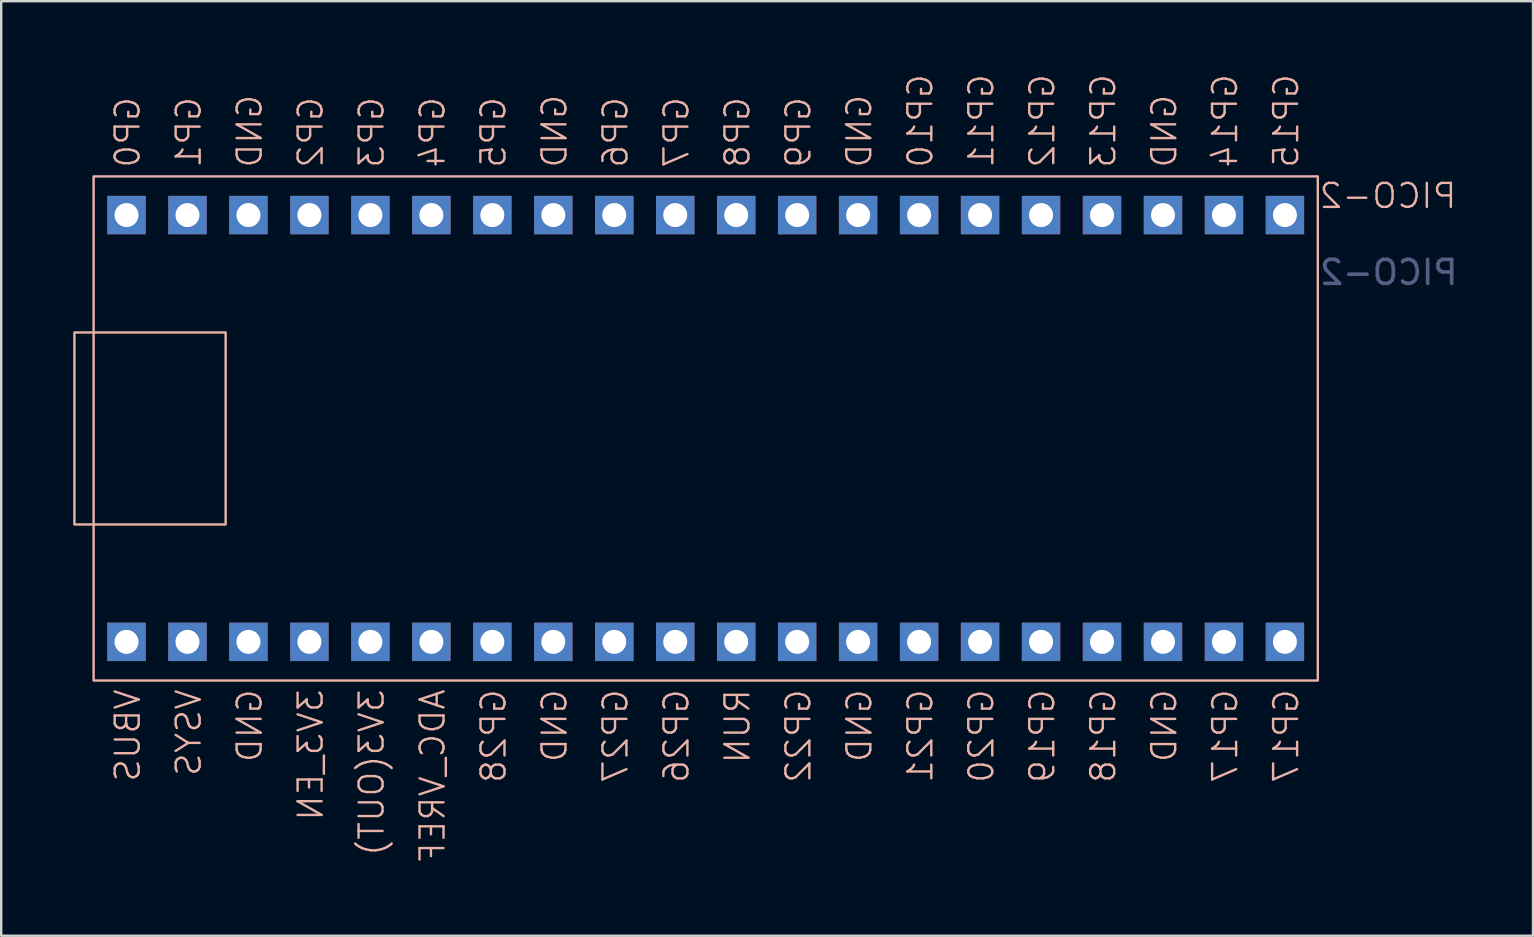
<source format=kicad_pcb>
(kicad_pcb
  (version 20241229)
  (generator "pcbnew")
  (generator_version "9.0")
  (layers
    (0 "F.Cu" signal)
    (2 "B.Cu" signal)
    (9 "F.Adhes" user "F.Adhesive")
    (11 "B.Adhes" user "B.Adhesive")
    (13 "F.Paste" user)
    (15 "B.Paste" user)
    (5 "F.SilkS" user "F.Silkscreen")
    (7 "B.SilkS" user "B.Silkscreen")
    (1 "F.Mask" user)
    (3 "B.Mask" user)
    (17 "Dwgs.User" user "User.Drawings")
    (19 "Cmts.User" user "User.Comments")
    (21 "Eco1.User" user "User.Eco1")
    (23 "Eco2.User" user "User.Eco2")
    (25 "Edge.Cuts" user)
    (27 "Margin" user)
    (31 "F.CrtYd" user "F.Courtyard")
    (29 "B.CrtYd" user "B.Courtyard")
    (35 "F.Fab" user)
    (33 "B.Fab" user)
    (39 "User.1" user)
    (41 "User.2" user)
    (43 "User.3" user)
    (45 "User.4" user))
  (footprint "PICO-2"
    (layer "F.Cu")
    (at 26.35 14.8)
    (property "Reference" "PICO-2" (at 25.5 -9.69 0) (unlocked yes) (layer "B.SilkS") (effects (font (size 1 1) (thickness 0.1)) (justify right mirror)))
    (attr smd)
    (fp_rect (start -26.3 -4) (end -20 4) (stroke (width 0.1) (type solid)) (fill no) (layer "B.SilkS"))
    (fp_rect (start -25.5 -10.5) (end 25.5 10.5) (stroke (width 0.1) (type solid)) (fill no) (layer "B.SilkS"))
    (fp_text user "GP12" (at 14.605 -10.795 90) (unlocked yes) (layer "B.SilkS") (effects (font (size 1 1) (thickness 0.1)) (justify right bottom mirror)))
    (fp_text user "GP13" (at 17.145 -10.795 90) (unlocked yes) (layer "B.SilkS") (effects (font (size 1 1) (thickness 0.1)) (justify right bottom mirror)))
    (fp_text user "GP19" (at 14.605 10.795 90) (unlocked yes) (layer "B.SilkS") (effects (font (size 1 1) (thickness 0.1)) (justify left bottom mirror)))
    (fp_text user "GND" (at 6.98 -10.795 90) (unlocked yes) (layer "B.SilkS") (effects (font (size 1 1) (thickness 0.1)) (justify right bottom mirror)))
    (fp_text user "GP7" (at -0.635 -10.795 90) (unlocked yes) (layer "B.SilkS") (effects (font (size 1 1) (thickness 0.1)) (justify right bottom mirror)))
    (fp_text user "3V3_EN" (at -15.875 10.795 90) (unlocked yes) (layer "B.SilkS") (effects (font (size 1 1) (thickness 0.1)) (justify left bottom mirror)))
    (fp_text user "GP17" (at 24.765 10.795 90) (unlocked yes) (layer "B.SilkS") (effects (font (size 1 1) (thickness 0.1)) (justify left bottom mirror)))
    (fp_text user "GP9" (at 4.445 -10.795 90) (unlocked yes) (layer "B.SilkS") (effects (font (size 1 1) (thickness 0.1)) (justify right bottom mirror)))
    (fp_text user "RUN" (at 1.905 10.795 90) (unlocked yes) (layer "B.SilkS") (effects (font (size 1 1) (thickness 0.1)) (justify left bottom mirror)))
    (fp_text user "GP1" (at -20.955 -10.795 90) (unlocked yes) (layer "B.SilkS") (effects (font (size 1 1) (thickness 0.1)) (justify right bottom mirror)))
    (fp_text user "GP10" (at 9.525 -10.795 90) (unlocked yes) (layer "B.SilkS") (effects (font (size 1 1) (thickness 0.1)) (justify right bottom mirror)))
    (fp_text user "GP18" (at 17.145 10.795 90) (unlocked yes) (layer "B.SilkS") (effects (font (size 1 1) (thickness 0.1)) (justify left bottom mirror)))
    (fp_text user "GP15" (at 24.765 -10.795 90) (unlocked yes) (layer "B.SilkS") (effects (font (size 1 1) (thickness 0.1)) (justify right bottom mirror)))
    (fp_text user "GP2" (at -15.875 -10.795 90) (unlocked yes) (layer "B.SilkS") (effects (font (size 1 1) (thickness 0.1)) (justify right bottom mirror)))
    (fp_text user "GND" (at 19.685 10.795 90) (unlocked yes) (layer "B.SilkS") (effects (font (size 1 1) (thickness 0.1)) (justify left bottom mirror)))
    (fp_text user "GP28" (at -8.255 10.795 90) (unlocked yes) (layer "B.SilkS") (effects (font (size 1 1) (thickness 0.1)) (justify left bottom mirror)))
    (fp_text user "GP14" (at 22.22 -10.795 90) (unlocked yes) (layer "B.SilkS") (effects (font (size 1 1) (thickness 0.1)) (justify right bottom mirror)))
    (fp_text user "ADC_VREF" (at -10.795 10.795 90) (unlocked yes) (layer "B.SilkS") (effects (font (size 1 1) (thickness 0.1)) (justify left bottom mirror)))
    (fp_text user "GP11" (at 12.065 -10.795 90) (unlocked yes) (layer "B.SilkS") (effects (font (size 1 1) (thickness 0.1)) (justify right bottom mirror)))
    (fp_text user "GP0" (at -23.5 -10.795 90) (unlocked yes) (layer "B.SilkS") (effects (font (size 1 1) (thickness 0.1)) (justify right bottom mirror)))
    (fp_text user "GP4" (at -10.795 -10.795 90) (unlocked yes) (layer "B.SilkS") (effects (font (size 1 1) (thickness 0.1)) (justify right bottom mirror)))
    (fp_text user "GND" (at 6.985 10.795 90) (unlocked yes) (layer "B.SilkS") (effects (font (size 1 1) (thickness 0.1)) (justify left bottom mirror)))
    (fp_text user "GND" (at -18.415 10.795 90) (unlocked yes) (layer "B.SilkS") (effects (font (size 1 1) (thickness 0.1)) (justify left bottom mirror)))
    (fp_text user "GND" (at 19.685 -10.795 90) (unlocked yes) (layer "B.SilkS") (effects (font (size 1 1) (thickness 0.1)) (justify right bottom mirror)))
    (fp_text user "GP8" (at 1.905 -10.795 90) (unlocked yes) (layer "B.SilkS") (effects (font (size 1 1) (thickness 0.1)) (justify right bottom mirror)))
    (fp_text user "GP22" (at 4.445 10.795 90) (unlocked yes) (layer "B.SilkS") (effects (font (size 1 1) (thickness 0.1)) (justify left bottom mirror)))
    (fp_text user "GND" (at -5.715 -10.795 90) (unlocked yes) (layer "B.SilkS") (effects (font (size 1 1) (thickness 0.1)) (justify right bottom mirror)))
    (fp_text user "GP17" (at 22.225 10.795 90) (unlocked yes) (layer "B.SilkS") (effects (font (size 1 1) (thickness 0.1)) (justify left bottom mirror)))
    (fp_text user "GP26" (at -0.635 10.795 90) (unlocked yes) (layer "B.SilkS") (effects (font (size 1 1) (thickness 0.1)) (justify left bottom mirror)))
    (fp_text user "GP21" (at 9.525 10.795 90) (unlocked yes) (layer "B.SilkS") (effects (font (size 1 1) (thickness 0.1)) (justify left bottom mirror)))
    (fp_text user "GP27" (at -3.175 10.795 90) (unlocked yes) (layer "B.SilkS") (effects (font (size 1 1) (thickness 0.1)) (justify left bottom mirror)))
    (fp_text user "VBUS" (at -23.495 10.795 90) (unlocked yes) (layer "B.SilkS") (effects (font (size 1 1) (thickness 0.1)) (justify left bottom mirror)))
    (fp_text user "GP5" (at -8.26 -10.795 90) (unlocked yes) (layer "B.SilkS") (effects (font (size 1 1) (thickness 0.1)) (justify right bottom mirror)))
    (fp_text user "VSYS" (at -20.955 10.795 90) (unlocked yes) (layer "B.SilkS") (effects (font (size 1 1) (thickness 0.1)) (justify left bottom mirror)))
    (fp_text user "3V3(OUT)" (at -13.335 10.795 90) (unlocked yes) (layer "B.SilkS") (effects (font (size 1 1) (thickness 0.1)) (justify left bottom mirror)))
    (fp_text user "GP6" (at -3.175 -10.795 90) (unlocked yes) (layer "B.SilkS") (effects (font (size 1 1) (thickness 0.1)) (justify right bottom mirror)))
    (fp_text user "GP20" (at 12.065 10.795 90) (unlocked yes) (layer "B.SilkS") (effects (font (size 1 1) (thickness 0.1)) (justify left bottom mirror)))
    (fp_text user "GND" (at -5.715 10.795 90) (unlocked yes) (layer "B.SilkS") (effects (font (size 1 1) (thickness 0.1)) (justify left bottom mirror)))
    (fp_text user "GP3" (at -13.335 -10.795 90) (unlocked yes) (layer "B.SilkS") (effects (font (size 1 1) (thickness 0.1)) (justify right bottom mirror)))
    (fp_text user "GND" (at -18.415 -10.795 90) (unlocked yes) (layer "B.SilkS") (effects (font (size 1 1) (thickness 0.1)) (justify right bottom mirror)))
    (fp_text user "${REFERENCE}" (at 25.5 -6.5 0) (unlocked yes) (layer "B.Fab") (effects (font (size 1 1) (thickness 0.15)) (justify right mirror)))
    (pad "1" thru_hole rect (at -24.13 -8.89 90) (size 1.6 1.6) (drill 1) (layers "*.Cu" "*.Mask"))
    (pad "2" thru_hole rect (at -21.59 -8.89 90) (size 1.6 1.6) (drill 1) (layers "*.Cu" "*.Mask"))
    (pad "3" thru_hole rect (at -19.05 -8.89 90) (size 1.6 1.6) (drill 1) (layers "*.Cu" "*.Mask"))
    (pad "4" thru_hole rect (at -16.51 -8.89 90) (size 1.6 1.6) (drill 1) (layers "*.Cu" "*.Mask"))
    (pad "5" thru_hole rect (at -13.97 -8.89 90) (size 1.6 1.6) (drill 1) (layers "*.Cu" "*.Mask"))
    (pad "6" thru_hole rect (at -11.43 -8.89 90) (size 1.6 1.6) (drill 1) (layers "*.Cu" "*.Mask"))
    (pad "7" thru_hole rect (at -8.89 -8.89 90) (size 1.6 1.6) (drill 1) (layers "*.Cu" "*.Mask"))
    (pad "8" thru_hole rect (at -6.35 -8.89 90) (size 1.6 1.6) (drill 1) (layers "*.Cu" "*.Mask"))
    (pad "9" thru_hole rect (at -3.81 -8.89 90) (size 1.6 1.6) (drill 1) (layers "*.Cu" "*.Mask"))
    (pad "10" thru_hole rect (at -1.27 -8.89 90) (size 1.6 1.6) (drill 1) (layers "*.Cu" "*.Mask"))
    (pad "11" thru_hole rect (at 1.27 -8.89 90) (size 1.6 1.6) (drill 1) (layers "*.Cu" "*.Mask"))
    (pad "12" thru_hole rect (at 3.81 -8.89 90) (size 1.6 1.6) (drill 1) (layers "*.Cu" "*.Mask"))
    (pad "13" thru_hole rect (at 6.35 -8.89 90) (size 1.6 1.6) (drill 1) (layers "*.Cu" "*.Mask"))
    (pad "14" thru_hole rect (at 8.89 -8.89 90) (size 1.6 1.6) (drill 1) (layers "*.Cu" "*.Mask"))
    (pad "15" thru_hole rect (at 11.43 -8.89 90) (size 1.6 1.6) (drill 1) (layers "*.Cu" "*.Mask"))
    (pad "16" thru_hole rect (at 13.97 -8.89 90) (size 1.6 1.6) (drill 1) (layers "*.Cu" "*.Mask"))
    (pad "17" thru_hole rect (at 16.51 -8.89 90) (size 1.6 1.6) (drill 1) (layers "*.Cu" "*.Mask"))
    (pad "18" thru_hole rect (at 19.05 -8.89 90) (size 1.6 1.6) (drill 1) (layers "*.Cu" "*.Mask"))
    (pad "19" thru_hole rect (at 21.59 -8.89 90) (size 1.6 1.6) (drill 1) (layers "*.Cu" "*.Mask"))
    (pad "20" thru_hole rect (at 24.13 -8.89 90) (size 1.6 1.6) (drill 1) (layers "*.Cu" "*.Mask"))
    (pad "21" thru_hole rect (at 24.13 8.89 90) (size 1.6 1.6) (drill 1) (layers "*.Cu" "*.Mask"))
    (pad "22" thru_hole rect (at 21.59 8.89 90) (size 1.6 1.6) (drill 1) (layers "*.Cu" "*.Mask"))
    (pad "23" thru_hole rect (at 19.05 8.89 90) (size 1.6 1.6) (drill 1) (layers "*.Cu" "*.Mask"))
    (pad "24" thru_hole rect (at 16.51 8.89 90) (size 1.6 1.6) (drill 1) (layers "*.Cu" "*.Mask"))
    (pad "25" thru_hole rect (at 13.97 8.89 90) (size 1.6 1.6) (drill 1) (layers "*.Cu" "*.Mask"))
    (pad "26" thru_hole rect (at 11.43 8.89 90) (size 1.6 1.6) (drill 1) (layers "*.Cu" "*.Mask"))
    (pad "27" thru_hole rect (at 8.89 8.89 90) (size 1.6 1.6) (drill 1) (layers "*.Cu" "*.Mask"))
    (pad "28" thru_hole rect (at 6.35 8.89 90) (size 1.6 1.6) (drill 1) (layers "*.Cu" "*.Mask"))
    (pad "29" thru_hole rect (at 3.81 8.89 90) (size 1.6 1.6) (drill 1) (layers "*.Cu" "*.Mask"))
    (pad "30" thru_hole rect (at 1.27 8.89 90) (size 1.6 1.6) (drill 1) (layers "*.Cu" "*.Mask"))
    (pad "31" thru_hole rect (at -1.27 8.89 90) (size 1.6 1.6) (drill 1) (layers "*.Cu" "*.Mask"))
    (pad "32" thru_hole rect (at -3.81 8.89 90) (size 1.6 1.6) (drill 1) (layers "*.Cu" "*.Mask"))
    (pad "33" thru_hole rect (at -6.35 8.89 90) (size 1.6 1.6) (drill 1) (layers "*.Cu" "*.Mask"))
    (pad "34" thru_hole rect (at -8.89 8.89 90) (size 1.6 1.6) (drill 1) (layers "*.Cu" "*.Mask"))
    (pad "35" thru_hole rect (at -11.43 8.89 90) (size 1.6 1.6) (drill 1) (layers "*.Cu" "*.Mask"))
    (pad "36" thru_hole rect (at -13.97 8.89 90) (size 1.6 1.6) (drill 1) (layers "*.Cu" "*.Mask"))
    (pad "37" thru_hole rect (at -16.51 8.89 90) (size 1.6 1.6) (drill 1) (layers "*.Cu" "*.Mask"))
    (pad "38" thru_hole rect (at -19.05 8.89 90) (size 1.6 1.6) (drill 1) (layers "*.Cu" "*.Mask"))
    (pad "39" thru_hole rect (at -21.59 8.89 90) (size 1.6 1.6) (drill 1) (layers "*.Cu" "*.Mask"))
    (pad "40" thru_hole rect (at -24.13 8.89 90) (size 1.6 1.6) (drill 1) (layers "*.Cu" "*.Mask")))
  (gr_rect
    (start -3 -3)
    (end 60.814 35.933)
    (stroke (width 0.1) (type default))
    (fill no)
    (layer "Edge.Cuts")))
</source>
